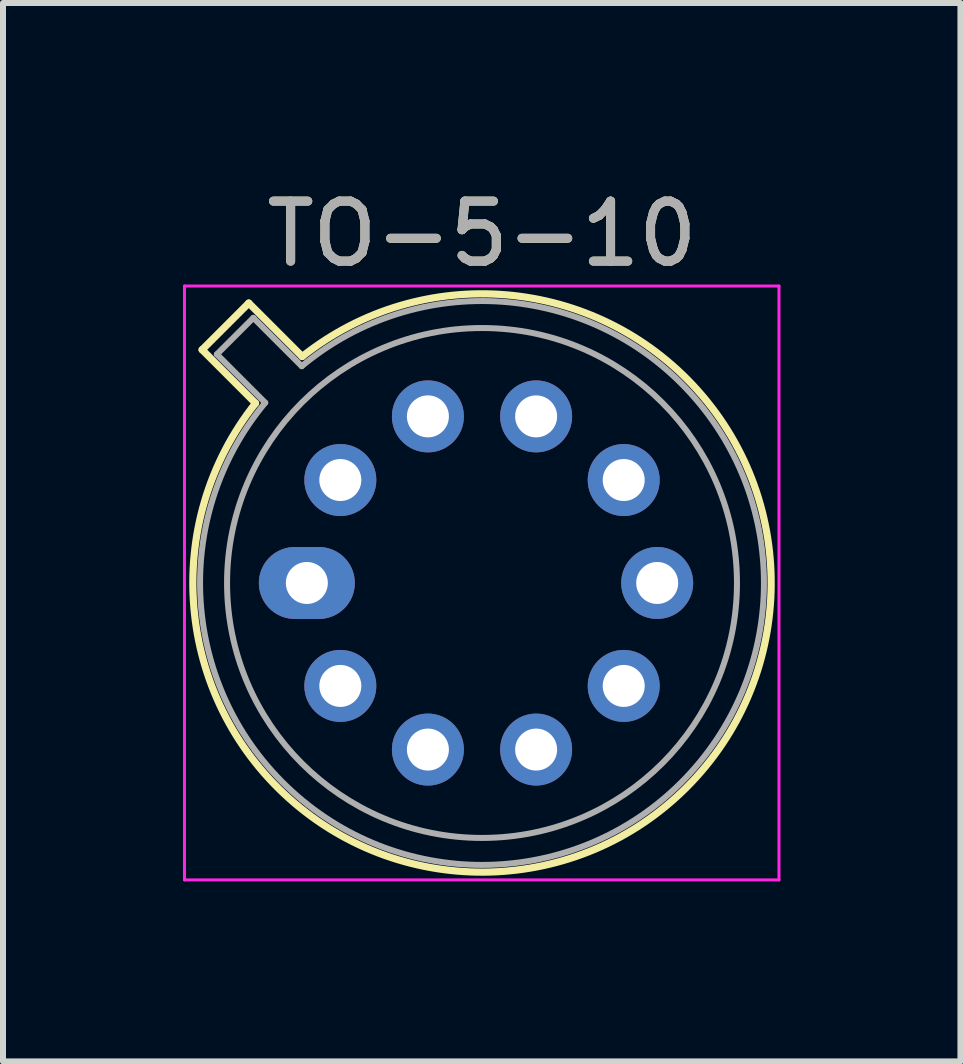
<source format=kicad_pcb>
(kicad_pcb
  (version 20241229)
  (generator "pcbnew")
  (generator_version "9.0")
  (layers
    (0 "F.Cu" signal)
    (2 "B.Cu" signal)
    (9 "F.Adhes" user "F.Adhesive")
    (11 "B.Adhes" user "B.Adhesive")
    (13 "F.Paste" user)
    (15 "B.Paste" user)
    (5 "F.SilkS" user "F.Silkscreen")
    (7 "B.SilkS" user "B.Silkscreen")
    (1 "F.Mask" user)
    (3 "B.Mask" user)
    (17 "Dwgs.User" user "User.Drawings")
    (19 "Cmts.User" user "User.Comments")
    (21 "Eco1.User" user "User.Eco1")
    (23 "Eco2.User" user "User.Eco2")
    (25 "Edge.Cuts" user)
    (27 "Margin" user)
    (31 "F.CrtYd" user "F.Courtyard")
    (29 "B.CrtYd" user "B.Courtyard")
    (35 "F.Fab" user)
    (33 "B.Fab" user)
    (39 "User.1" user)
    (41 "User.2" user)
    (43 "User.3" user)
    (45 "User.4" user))
  (footprint "TO-5-10"
    (layer "F.Cu")
    (at 2.065 6.668)
    (property "Reference" "TO-5-10" (at 2.92 -5.82 0) (layer "F.SilkS") (effects (font (size 1 1) (thickness 0.15))))
    (attr through_hole)
    (fp_line (start -1.746 -3.888) (end -0.855 -2.997) (stroke (width 0.12) (type solid)) (layer "F.SilkS"))
    (fp_line (start -0.968 -4.666) (end -1.746 -3.888) (stroke (width 0.12) (type solid)) (layer "F.SilkS"))
    (fp_line (start -0.077 -3.775) (end -0.968 -4.666) (stroke (width 0.12) (type solid)) (layer "F.SilkS"))
    (fp_arc (start -0.077084 -3.774902) (mid 6.328125 3.408384) (end -0.854674 -2.997371) (stroke (width 0.12) (type solid)) (layer "F.SilkS"))
    (fp_line (start -2.04 -4.95) (end -2.04 4.95) (stroke (width 0.05) (type solid)) (layer "F.CrtYd"))
    (fp_line (start -2.04 4.95) (end 7.87 4.95) (stroke (width 0.05) (type solid)) (layer "F.CrtYd"))
    (fp_line (start 7.87 -4.95) (end -2.04 -4.95) (stroke (width 0.05) (type solid)) (layer "F.CrtYd"))
    (fp_line (start 7.87 4.95) (end 7.87 -4.95) (stroke (width 0.05) (type solid)) (layer "F.CrtYd"))
    (fp_line (start -1.5 -3.812) (end -0.694 -3.005) (stroke (width 0.1) (type solid)) (layer "F.Fab"))
    (fp_line (start -0.892 -4.42) (end -1.5 -3.812) (stroke (width 0.1) (type solid)) (layer "F.Fab"))
    (fp_line (start -0.085 -3.614) (end -0.892 -4.42) (stroke (width 0.1) (type solid)) (layer "F.Fab"))
    (fp_arc (start -0.085408 -3.61352) (mid 6.243443 3.323361) (end -0.693594 -3.005319) (stroke (width 0.1) (type solid)) (layer "F.Fab"))
    (fp_circle (center 2.92 0) (end 7.17 0) (stroke (width 0.1) (type solid)) (fill no) (layer "F.Fab"))
    (fp_text user "${REFERENCE}" (at 2.92 -5.82 0) (layer "F.Fab") (effects (font (size 1 1) (thickness 0.15))))
    (pad "1" thru_hole oval (at 0 0) (size 1.6 1.2) (drill 0.7) (layers "*.Cu" "*.Mask"))
    (pad "2" thru_hole oval (at 0.558 1.716) (size 1.2 1.2) (drill 0.7) (layers "*.Cu" "*.Mask"))
    (pad "3" thru_hole oval (at 2.018 2.777) (size 1.2 1.2) (drill 0.7) (layers "*.Cu" "*.Mask"))
    (pad "4" thru_hole oval (at 3.822 2.777) (size 1.2 1.2) (drill 0.7) (layers "*.Cu" "*.Mask"))
    (pad "5" thru_hole oval (at 5.282 1.716) (size 1.2 1.2) (drill 0.7) (layers "*.Cu" "*.Mask"))
    (pad "6" thru_hole oval (at 5.84 0) (size 1.2 1.2) (drill 0.7) (layers "*.Cu" "*.Mask"))
    (pad "7" thru_hole oval (at 5.282 -1.716) (size 1.2 1.2) (drill 0.7) (layers "*.Cu" "*.Mask"))
    (pad "8" thru_hole oval (at 3.822 -2.777) (size 1.2 1.2) (drill 0.7) (layers "*.Cu" "*.Mask"))
    (pad "9" thru_hole oval (at 2.018 -2.777) (size 1.2 1.2) (drill 0.7) (layers "*.Cu" "*.Mask"))
    (pad "10" thru_hole oval (at 0.558 -1.716) (size 1.2 1.2) (drill 0.7) (layers "*.Cu" "*.Mask")))
  (gr_rect
    (start -3 -3)
    (end 12.96 14.643)
    (stroke (width 0.1) (type default))
    (fill no)
    (layer "Edge.Cuts")))
</source>
